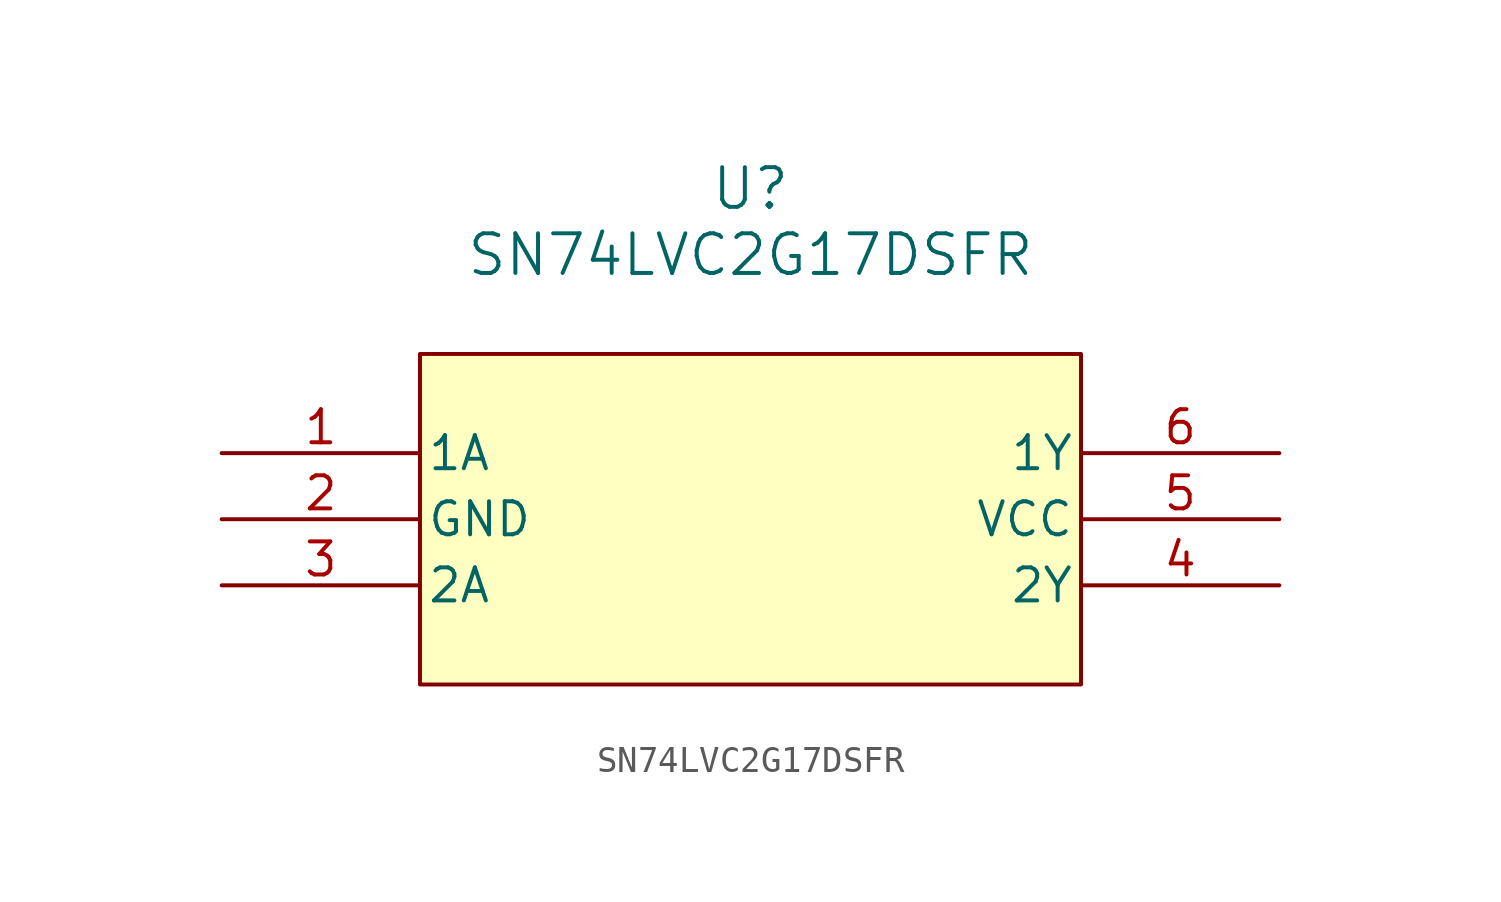
<source format=kicad_sym>
(kicad_symbol_lib
  (version 20231120)
  (generator "kicad_symbol_editor")
  (generator_version "8.0")
  (symbol "SN74LVC2G17DSFR"
    (pin_names
      (offset 0.254))
    (property "Reference" "U"
      (at 20.32 10.16 0)
      (effects (font (size 1.524 1.524))))
    (property "Value" "SN74LVC2G17DSFR"
      (at 20.32 7.62 0)
      (effects (font (size 1.524 1.524))))
    (symbol "SN74LVC2G17DSFR_0_1"
      (pin input line (at 0 0 0) (length 7.62) (name "1A" (effects (font (size 1.27 1.27)))) (number "1" (effects (font (size 1.27 1.27)))))
      (pin power_in line (at 0 -2.54 0) (length 7.62) (name "GND" (effects (font (size 1.27 1.27)))) (number "2" (effects (font (size 1.27 1.27)))))
      (pin input line (at 0 -5.08 0) (length 7.62) (name "2A" (effects (font (size 1.27 1.27)))) (number "3" (effects (font (size 1.27 1.27)))))
      (pin output line (at 40.64 -5.08 180) (length 7.62) (name "2Y" (effects (font (size 1.27 1.27)))) (number "4" (effects (font (size 1.27 1.27)))))
      (pin power_in line (at 40.64 -2.54 180) (length 7.62) (name "VCC" (effects (font (size 1.27 1.27)))) (number "5" (effects (font (size 1.27 1.27)))))
      (pin output line (at 40.64 0 180) (length 7.62) (name "1Y" (effects (font (size 1.27 1.27)))) (number "6" (effects (font (size 1.27 1.27))))))
    (symbol "SN74LVC2G17DSFR_1_1"
      (rectangle (start 7.62 3.81) (end 33.02 -8.89) (stroke (width 0) (type default)) (fill (type background))))))
</source>
